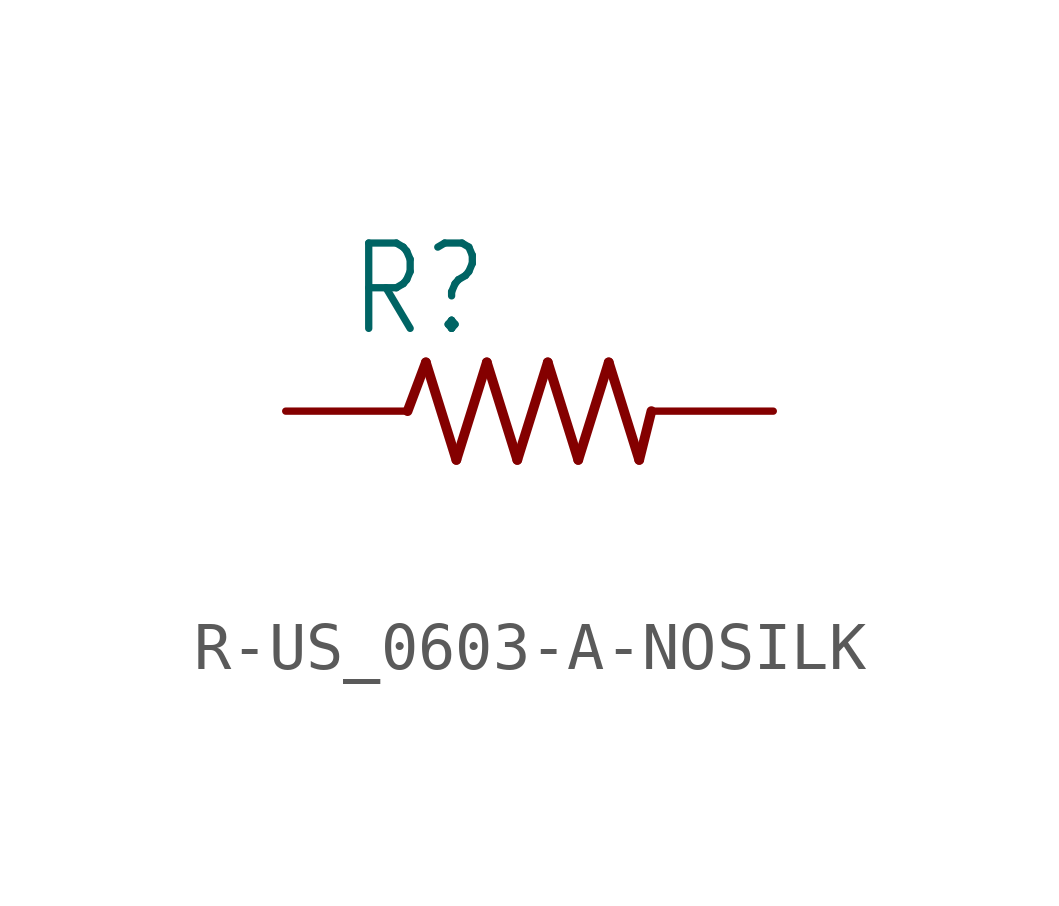
<source format=kicad_sym>
(kicad_symbol_lib
  (version 20241209)
  (generator "kicad_symbol_editor")
  (generator_version "9.0")
  (symbol "R-US_0603-A-NOSILK"
    (property "Reference" "R"
      (at -3.81 1.499 0)
      (effects (font (size 1.778 1.511)) (justify left bottom)))
    (property "Value" ""
      (at -3.81 -3.302 0)
      (effects (font (size 1.778 1.511)) (justify left bottom)))
    (property "ki_locked" ""
      (at 0 0 0)
      (effects (font (size 1.27 1.27))))
    (symbol "R-US_0603-A-NOSILK_1_0"
      (polyline (pts (xy -2.54 0) (xy -2.159 1.016)) (stroke (width 0.203) (type solid)) (fill (type none)))
      (polyline (pts (xy -2.159 1.016) (xy -1.524 -1.016)) (stroke (width 0.203) (type solid)) (fill (type none)))
      (polyline (pts (xy -1.524 -1.016) (xy -0.889 1.016)) (stroke (width 0.203) (type solid)) (fill (type none)))
      (polyline (pts (xy -0.889 1.016) (xy -0.254 -1.016)) (stroke (width 0.203) (type solid)) (fill (type none)))
      (polyline (pts (xy -0.254 -1.016) (xy 0.381 1.016)) (stroke (width 0.203) (type solid)) (fill (type none)))
      (polyline (pts (xy 0.381 1.016) (xy 1.016 -1.016)) (stroke (width 0.203) (type solid)) (fill (type none)))
      (polyline (pts (xy 1.016 -1.016) (xy 1.651 1.016)) (stroke (width 0.203) (type solid)) (fill (type none)))
      (polyline (pts (xy 1.651 1.016) (xy 2.286 -1.016)) (stroke (width 0.203) (type solid)) (fill (type none)))
      (polyline (pts (xy 2.286 -1.016) (xy 2.54 0)) (stroke (width 0.203) (type solid)) (fill (type none)))
      (pin passive line (at -5.08 0 0) (length 2.54) (name "1" (effects (font (size 0 0)))) (number "1" (effects (font (size 0 0)))))
      (pin passive line (at 5.08 0 180) (length 2.54) (name "2" (effects (font (size 0 0)))) (number "2" (effects (font (size 0 0))))))))
</source>
